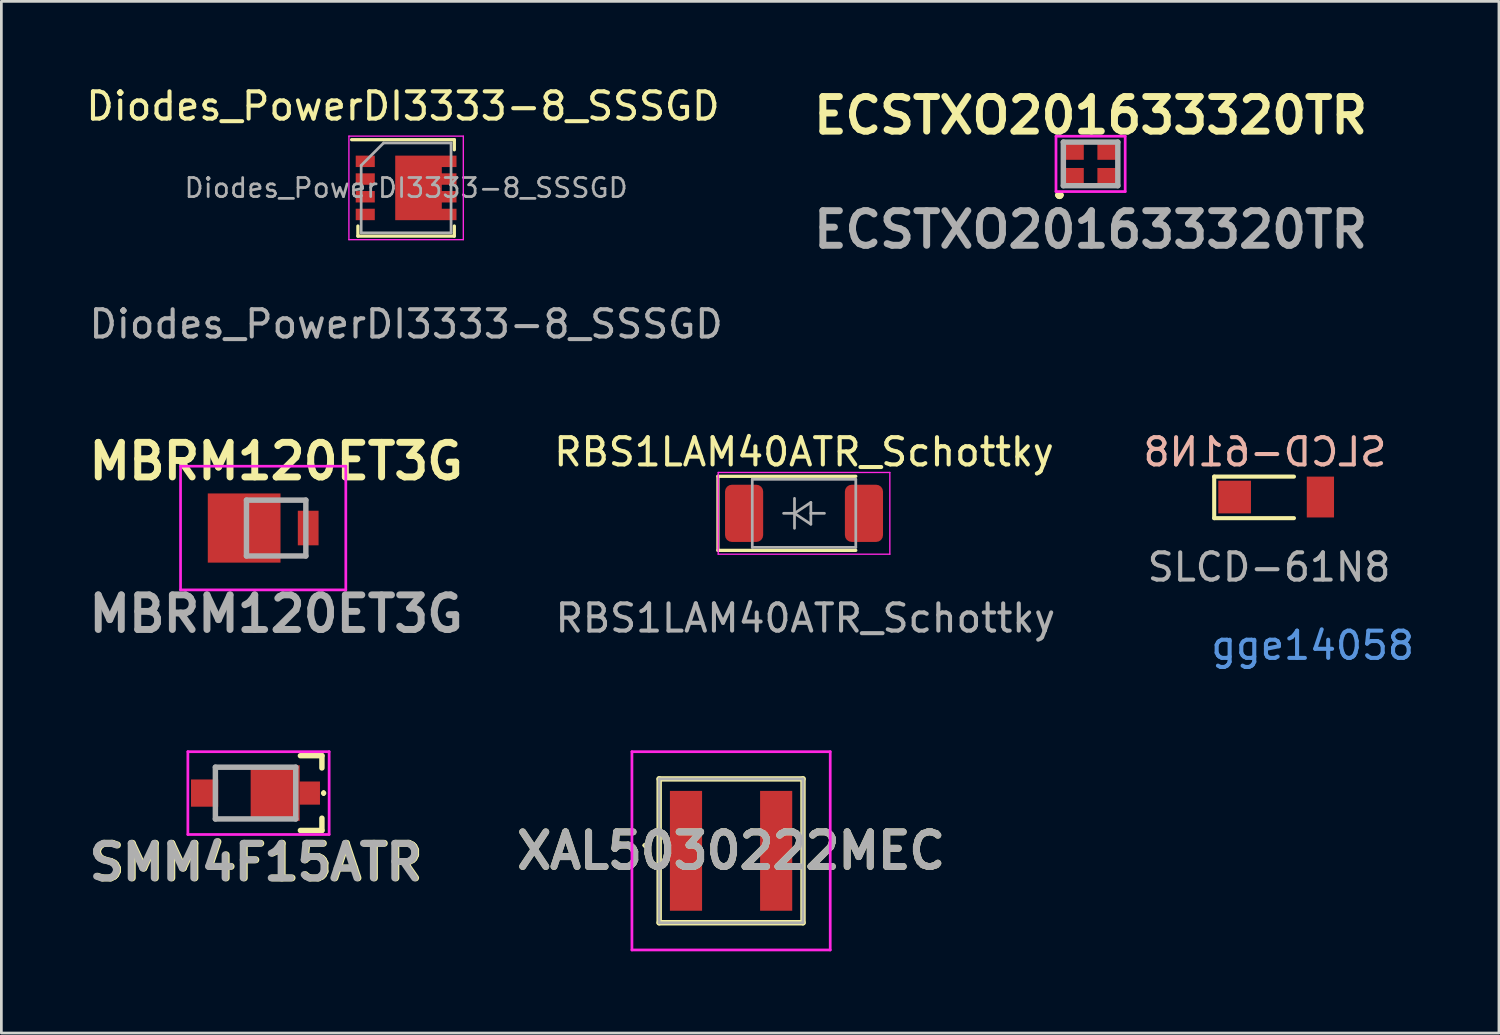
<source format=kicad_pcb>
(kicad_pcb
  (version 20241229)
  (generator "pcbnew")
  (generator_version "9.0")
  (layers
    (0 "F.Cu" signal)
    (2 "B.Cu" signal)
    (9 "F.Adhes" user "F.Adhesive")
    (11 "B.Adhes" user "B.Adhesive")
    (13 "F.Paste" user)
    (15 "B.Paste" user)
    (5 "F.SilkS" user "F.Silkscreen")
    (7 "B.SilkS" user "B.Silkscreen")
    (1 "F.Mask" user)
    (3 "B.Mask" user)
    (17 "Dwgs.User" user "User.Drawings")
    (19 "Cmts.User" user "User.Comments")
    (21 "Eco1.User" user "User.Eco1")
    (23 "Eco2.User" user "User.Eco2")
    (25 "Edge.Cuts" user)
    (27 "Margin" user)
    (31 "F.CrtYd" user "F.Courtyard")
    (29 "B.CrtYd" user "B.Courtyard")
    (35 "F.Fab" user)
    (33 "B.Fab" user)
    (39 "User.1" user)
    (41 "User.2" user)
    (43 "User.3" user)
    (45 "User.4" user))
  (footprint "SMM4F15ATR"
    (layer "F.Cu")
    (at 6.747 26.065)
    (property "Reference" "SMM4F15ATR" (at -0.375 2.54 0) (layer "F.SilkS") (effects (font (size 1.27 1.27) (thickness 0.254))))
    (attr smd)
    (fp_line (start 1.231 1.372) (end 2.021 1.372) (stroke (width 0.2) (type solid)) (layer "F.SilkS"))
    (fp_line (start 2.021 -1.372) (end 1.231 -1.372) (stroke (width 0.2) (type solid)) (layer "F.SilkS"))
    (fp_line (start 2.021 -0.922) (end 2.021 -1.372) (stroke (width 0.2) (type solid)) (layer "F.SilkS"))
    (fp_line (start 2.021 1.372) (end 2.021 0.922) (stroke (width 0.2) (type solid)) (layer "F.SilkS"))
    (fp_line (start 2.083 -0.049) (end 2.083 -0.049) (stroke (width 0.1) (type solid)) (layer "F.SilkS"))
    (fp_line (start 2.083 0.051) (end 2.083 0.051) (stroke (width 0.1) (type solid)) (layer "F.SilkS"))
    (fp_arc (start 2.0828 -0.0492) (mid 2.1328 0.0008) (end 2.0828 0.0508) (stroke (width 0.1) (type solid)) (layer "F.SilkS"))
    (fp_arc (start 2.0828 0.0508) (mid 2.0328 0.0008) (end 2.0828 -0.0492) (stroke (width 0.1) (type solid)) (layer "F.SilkS"))
    (fp_line (start -2.9 -1.52) (end 2.286 -1.52) (stroke (width 0.1) (type solid)) (layer "F.CrtYd"))
    (fp_line (start -2.9 1.52) (end -2.9 -1.52) (stroke (width 0.1) (type solid)) (layer "F.CrtYd"))
    (fp_line (start 2.286 -1.52) (end 2.286 1.52) (stroke (width 0.1) (type solid)) (layer "F.CrtYd"))
    (fp_line (start 2.286 1.52) (end -2.9 1.52) (stroke (width 0.1) (type solid)) (layer "F.CrtYd"))
    (fp_line (start -1.89 -0.95) (end 1.06 -0.95) (stroke (width 0.2) (type solid)) (layer "F.Fab"))
    (fp_line (start -1.89 0.95) (end -1.89 -0.95) (stroke (width 0.2) (type solid)) (layer "F.Fab"))
    (fp_line (start 1.06 -0.95) (end 1.06 0.95) (stroke (width 0.2) (type solid)) (layer "F.Fab"))
    (fp_line (start 1.06 0.95) (end -1.89 0.95) (stroke (width 0.2) (type solid)) (layer "F.Fab"))
    (fp_text user "${REFERENCE}" (at -0.415 2.54 0) (layer "F.Fab") (effects (font (size 1.27 1.27) (thickness 0.254))))
    (pad "1" smd rect (at 0.305 0) (size 1.8 2.04) (layers "F.Cu" "F.Mask" "F.Paste"))
    (pad "1" smd rect (at 1.575 0) (size 0.75 0.85) (layers "F.Cu" "F.Mask" "F.Paste"))
    (pad "2" smd rect (at -2.286 0 90) (size 1 1) (layers "F.Cu" "F.Mask" "F.Paste")))
  (footprint "RBS1LAM40ATR_Schottky"
    (layer "F.Cu")
    (at 26.467 15.795)
    (property "Reference" "RBS1LAM40ATR_Schottky" (at 0 -2.25 0) (layer "F.SilkS") (effects (font (size 1 1) (thickness 0.15))))
    (attr smd)
    (fp_line (start -3.16 -1.36) (end -3.16 1.36) (stroke (width 0.12) (type solid)) (layer "F.SilkS"))
    (fp_line (start -3.16 -1.36) (end 1.9 -1.36) (stroke (width 0.12) (type solid)) (layer "F.SilkS"))
    (fp_line (start -3.16 1.36) (end 1.9 1.36) (stroke (width 0.12) (type solid)) (layer "F.SilkS"))
    (fp_line (start -3.15 -1.5) (end -3.15 1.5) (stroke (width 0.05) (type solid)) (layer "F.CrtYd"))
    (fp_line (start -3.15 -1.5) (end 3.15 -1.5) (stroke (width 0.05) (type solid)) (layer "F.CrtYd"))
    (fp_line (start 3.15 -1.5) (end 3.15 1.5) (stroke (width 0.05) (type solid)) (layer "F.CrtYd"))
    (fp_line (start 3.15 1.5) (end -3.15 1.5) (stroke (width 0.05) (type solid)) (layer "F.CrtYd"))
    (fp_line (start -1.9 -1.25) (end 1.9 -1.25) (stroke (width 0.1) (type solid)) (layer "F.Fab"))
    (fp_line (start -1.9 1.25) (end -1.9 -1.25) (stroke (width 0.1) (type solid)) (layer "F.Fab"))
    (fp_line (start -0.75 0) (end -0.35 0) (stroke (width 0.1) (type solid)) (layer "F.Fab"))
    (fp_line (start -0.35 0) (end -0.35 -0.55) (stroke (width 0.1) (type solid)) (layer "F.Fab"))
    (fp_line (start -0.35 0) (end -0.35 0.55) (stroke (width 0.1) (type solid)) (layer "F.Fab"))
    (fp_line (start -0.35 0) (end 0.25 -0.4) (stroke (width 0.1) (type solid)) (layer "F.Fab"))
    (fp_line (start 0.25 -0.4) (end 0.25 0.4) (stroke (width 0.1) (type solid)) (layer "F.Fab"))
    (fp_line (start 0.25 0) (end 0.75 0) (stroke (width 0.1) (type solid)) (layer "F.Fab"))
    (fp_line (start 0.25 0.4) (end -0.35 0) (stroke (width 0.1) (type solid)) (layer "F.Fab"))
    (fp_line (start 1.9 -1.25) (end 1.9 1.25) (stroke (width 0.1) (type solid)) (layer "F.Fab"))
    (fp_line (start 1.9 1.25) (end -1.9 1.25) (stroke (width 0.1) (type solid)) (layer "F.Fab"))
    (fp_text user "${REFERENCE}" (at 0.05 3.85 0) (layer "F.Fab") (effects (font (size 1 1) (thickness 0.15))))
    (pad "1" smd roundrect (at -2.2 0) (size 1.4 2.1) (layers "F.Cu" "F.Mask" "F.Paste") (roundrect_rratio 0.179))
    (pad "2" smd roundrect (at 2.2 0) (size 1.4 2.1) (layers "F.Cu" "F.Mask" "F.Paste") (roundrect_rratio 0.179)))
  (footprint "XAL5030222MEC"
    (layer "F.Cu")
    (at 23.789 28.185)
    (property "Reference" "XAL5030222MEC" (at 0 0 0) (layer "F.SilkS") (effects (font (size 1.27 1.27) (thickness 0.254))))
    (attr smd)
    (fp_line (start -3.2 -0.2) (end -3.2 -0.2) (stroke (width 0.1) (type solid)) (layer "F.SilkS"))
    (fp_line (start -3.1 -0.2) (end -3.1 -0.2) (stroke (width 0.1) (type solid)) (layer "F.SilkS"))
    (fp_line (start -2.64 -2.64) (end 2.64 -2.64) (stroke (width 0.2) (type solid)) (layer "F.SilkS"))
    (fp_line (start -2.64 2.64) (end -2.64 -2.64) (stroke (width 0.2) (type solid)) (layer "F.SilkS"))
    (fp_line (start 2.64 -2.64) (end 2.64 2.64) (stroke (width 0.2) (type solid)) (layer "F.SilkS"))
    (fp_line (start 2.64 2.64) (end -2.64 2.64) (stroke (width 0.2) (type solid)) (layer "F.SilkS"))
    (fp_arc (start -3.2 -0.2) (mid -3.15 -0.25) (end -3.1 -0.2) (stroke (width 0.1) (type solid)) (layer "F.SilkS"))
    (fp_arc (start -3.1 -0.2) (mid -3.15 -0.15) (end -3.2 -0.2) (stroke (width 0.1) (type solid)) (layer "F.SilkS"))
    (fp_line (start -3.64 -3.64) (end 3.64 -3.64) (stroke (width 0.1) (type solid)) (layer "F.CrtYd"))
    (fp_line (start -3.64 3.64) (end -3.64 -3.64) (stroke (width 0.1) (type solid)) (layer "F.CrtYd"))
    (fp_line (start 3.64 -3.64) (end 3.64 3.64) (stroke (width 0.1) (type solid)) (layer "F.CrtYd"))
    (fp_line (start 3.64 3.64) (end -3.64 3.64) (stroke (width 0.1) (type solid)) (layer "F.CrtYd"))
    (fp_line (start -2.64 -2.64) (end 2.64 -2.64) (stroke (width 0.1) (type solid)) (layer "F.Fab"))
    (fp_line (start -2.64 2.64) (end -2.64 -2.64) (stroke (width 0.1) (type solid)) (layer "F.Fab"))
    (fp_line (start 2.64 -2.64) (end 2.64 2.64) (stroke (width 0.1) (type solid)) (layer "F.Fab"))
    (fp_line (start 2.64 2.64) (end -2.64 2.64) (stroke (width 0.1) (type solid)) (layer "F.Fab"))
    (fp_text user "${REFERENCE}" (at 0 0 0) (layer "F.Fab") (effects (font (size 1.27 1.27) (thickness 0.254))))
    (pad "1" smd rect (at -1.655 0) (size 1.18 4.4) (layers "F.Cu" "F.Mask" "F.Paste"))
    (pad "2" smd rect (at 1.655 0) (size 1.18 4.4) (layers "F.Cu" "F.Mask" "F.Paste")))
  (footprint "MBRM120ET3G"
    (layer "F.Cu")
    (at 7.088 16.335)
    (property "Reference" "MBRM120ET3G" (at 0 -2.45 0) (layer "F.SilkS") (effects (font (size 1.27 1.27) (thickness 0.254))))
    (attr smd)
    (fp_line (start 1.09 -1.025) (end 0.521 -1.025) (stroke (width 0.1) (type solid)) (layer "F.SilkS"))
    (fp_line (start 1.09 1.025) (end 0.521 1.025) (stroke (width 0.1) (type solid)) (layer "F.SilkS"))
    (fp_line (start -3.51 -2.27) (end 2.557 -2.27) (stroke (width 0.1) (type solid)) (layer "F.CrtYd"))
    (fp_line (start -3.51 2.27) (end -3.51 -2.27) (stroke (width 0.1) (type solid)) (layer "F.CrtYd"))
    (fp_line (start 2.557 -2.27) (end 2.557 2.27) (stroke (width 0.1) (type solid)) (layer "F.CrtYd"))
    (fp_line (start 2.557 2.27) (end -3.51 2.27) (stroke (width 0.1) (type solid)) (layer "F.CrtYd"))
    (fp_line (start -1.09 -1.025) (end 1.09 -1.025) (stroke (width 0.2) (type solid)) (layer "F.Fab"))
    (fp_line (start -1.09 1.025) (end -1.09 -1.025) (stroke (width 0.2) (type solid)) (layer "F.Fab"))
    (fp_line (start 1.09 -1.025) (end 1.09 1.025) (stroke (width 0.2) (type solid)) (layer "F.Fab"))
    (fp_line (start 1.09 1.025) (end -1.09 1.025) (stroke (width 0.2) (type solid)) (layer "F.Fab"))
    (fp_text user "${REFERENCE}" (at 0 3.15 0) (layer "F.Fab") (effects (font (size 1.27 1.27) (thickness 0.254))))
    (pad "1" smd rect (at -1.175 0 90) (size 2.54 2.67) (layers "F.Cu" "F.Mask" "F.Paste"))
    (pad "2" smd rect (at 1.176 0) (size 0.762 1.27) (layers "F.Cu" "F.Mask" "F.Paste")))
  (footprint "SLCD-61N8"
    (layer "F.Cu")
    (at 43.539 15.272)
    (property "Reference" "SLCD-61N8" (at -0.152 -1.727 0) (unlocked yes) (layer "B.SilkS") (effects (font (size 1 1) (thickness 0.15)) (justify mirror)))
    (attr smd)
    (fp_line (start -2.014 -0.825) (end -2.014 0.7) (stroke (width 0.15) (type solid)) (layer "F.SilkS"))
    (fp_line (start -2.014 -0.825) (end 0.914 -0.825) (stroke (width 0.15) (type solid)) (layer "F.SilkS"))
    (fp_line (start -2.014 0.7) (end 0.914 0.7) (stroke (width 0.15) (type solid)) (layer "F.SilkS"))
    (fp_text user "gge14058" (at 1.6 5.375 180) (layer "Cmts.User") (effects (font (size 1 1) (thickness 0.15))))
    (fp_text user "${REFERENCE}" (at 0 2.5 0) (unlocked yes) (layer "F.Fab") (effects (font (size 1 1) (thickness 0.15))))
    (pad "1" smd rect (at 1.885 -0.075) (size 1 1.5) (layers "F.Cu" "F.Mask" "F.Paste"))
    (pad "2" smd rect (at -1.264 -0.075) (size 1.2 1.2) (layers "F.Cu" "F.Mask" "F.Paste")))
  (footprint "Diodes_PowerDI3333-8_SSSGD"
    (layer "F.Cu")
    (at 11.859 3.848)
    (property "Reference" "Diodes_PowerDI3333-8_SSSGD" (at -0.115 -3 0) (unlocked yes) (layer "F.SilkS") (effects (font (size 1 1) (thickness 0.15))))
    (attr smd)
    (fp_line (start -1.77 1.77) (end -1.77 1.4) (stroke (width 0.12) (type solid)) (layer "F.SilkS"))
    (fp_line (start -1.77 1.77) (end 1.77 1.77) (stroke (width 0.12) (type solid)) (layer "F.SilkS"))
    (fp_line (start 1.77 -1.77) (end -2 -1.77) (stroke (width 0.12) (type solid)) (layer "F.SilkS"))
    (fp_line (start 1.77 -1.77) (end 1.77 -1.4) (stroke (width 0.12) (type solid)) (layer "F.SilkS"))
    (fp_line (start 1.77 1.77) (end 1.77 1.4) (stroke (width 0.12) (type solid)) (layer "F.SilkS"))
    (fp_line (start -2.1 -1.9) (end -2.1 1.9) (stroke (width 0.05) (type solid)) (layer "F.CrtYd"))
    (fp_line (start -2.1 1.9) (end 2.1 1.9) (stroke (width 0.05) (type solid)) (layer "F.CrtYd"))
    (fp_line (start 2.1 -1.9) (end -2.1 -1.9) (stroke (width 0.05) (type solid)) (layer "F.CrtYd"))
    (fp_line (start 2.1 1.9) (end 2.1 -1.9) (stroke (width 0.05) (type solid)) (layer "F.CrtYd"))
    (fp_line (start -1.65 -0.825) (end -1.65 1.65) (stroke (width 0.1) (type solid)) (layer "F.Fab"))
    (fp_line (start -1.65 1.65) (end 1.65 1.65) (stroke (width 0.1) (type solid)) (layer "F.Fab"))
    (fp_line (start -0.825 -1.65) (end -1.65 -0.825) (stroke (width 0.1) (type solid)) (layer "F.Fab"))
    (fp_line (start 1.65 -1.65) (end -0.825 -1.65) (stroke (width 0.1) (type solid)) (layer "F.Fab"))
    (fp_line (start 1.65 1.65) (end 1.65 -1.65) (stroke (width 0.1) (type solid)) (layer "F.Fab"))
    (fp_text user "${REFERENCE}" (at 0 0 0) (layer "F.Fab") (effects (font (size 0.7 0.7) (thickness 0.1))))
    (fp_text user "${REFERENCE}" (at 0 5 0) (unlocked yes) (layer "F.Fab") (effects (font (size 1 1) (thickness 0.15))))
    (pad "" smd rect (at 0.02 -0.565) (size 0.6 1) (layers "F.Paste"))
    (pad "" smd rect (at 0.02 0.565) (size 0.6 1) (layers "F.Paste"))
    (pad "" smd rect (at 0.73 -0.565) (size 0.6 1) (layers "F.Paste"))
    (pad "" smd rect (at 0.73 0.565) (size 0.6 1) (layers "F.Paste"))
    (pad "" smd rect (at 1.5 -0.975) (size 0.7 0.42) (layers "F.Paste"))
    (pad "" smd rect (at 1.5 -0.325) (size 0.7 0.42) (layers "F.Paste"))
    (pad "" smd rect (at 1.5 0.325) (size 0.7 0.42) (layers "F.Paste"))
    (pad "" smd rect (at 1.5 0.975) (size 0.7 0.42) (layers "F.Paste"))
    (pad "1" smd rect (at -1.5 -0.975) (size 0.7 0.42) (layers "F.Cu" "F.Mask" "F.Paste"))
    (pad "1" smd rect (at -1.5 -0.325) (size 0.7 0.42) (layers "F.Cu" "F.Mask" "F.Paste"))
    (pad "1" smd rect (at -1.5 0.325) (size 0.7 0.42) (layers "F.Cu" "F.Mask" "F.Paste"))
    (pad "2" smd rect (at -1.5 0.975) (size 0.7 0.42) (layers "F.Cu" "F.Mask" "F.Paste"))
    (pad "3" smd custom (at 0.455 0) (size 1.71 2.37) (layers "F.Cu" "F.Mask") (options (anchor rect)) (primitives (gr_poly (pts (xy 1.395 1.185) (xy 0.855 1.185) (xy 0.855 0.765) (xy 1.395 0.765)) (width 0) (fill yes)) (gr_poly (pts (xy 1.395 0.535) (xy 0.855 0.535) (xy 0.855 0.115) (xy 1.395 0.115)) (width 0) (fill yes)) (gr_poly (pts (xy 1.395 -0.115) (xy 0.855 -0.115) (xy 0.855 -0.535) (xy 1.395 -0.535)) (width 0) (fill yes)) (gr_poly (pts (xy 1.395 -0.765) (xy 0.855 -0.765) (xy 0.855 -1.185) (xy 1.395 -1.185)) (width 0) (fill yes)))))
  (footprint "ECSTXO201633320TR"
    (layer "F.Cu")
    (at 36.987 2.967)
    (property "Reference" "ECSTXO201633320TR" (at 0 -1.778 0) (layer "F.SilkS") (effects (font (size 1.27 1.27) (thickness 0.254))))
    (attr smd)
    (fp_line (start -1.193 1.143) (end -1.193 1.143) (stroke (width 0.2) (type solid)) (layer "F.SilkS"))
    (fp_line (start -1.193 1.143) (end -1.193 1.143) (stroke (width 0.2) (type solid)) (layer "F.SilkS"))
    (fp_line (start -1.093 1.143) (end -1.093 1.143) (stroke (width 0.2) (type solid)) (layer "F.SilkS"))
    (fp_arc (start -1.193 1.143) (mid -1.143 1.093) (end -1.093 1.143) (stroke (width 0.2) (type solid)) (layer "F.SilkS"))
    (fp_arc (start -1.093 1.143) (mid -1.143 1.193) (end -1.193 1.143) (stroke (width 0.2) (type solid)) (layer "F.SilkS"))
    (fp_arc (start -1.093 1.143) (mid -1.143 1.193) (end -1.193 1.143) (stroke (width 0.2) (type solid)) (layer "F.SilkS"))
    (fp_line (start -1.27 -1.016) (end 1.27 -1.016) (stroke (width 0.1) (type solid)) (layer "F.CrtYd"))
    (fp_line (start -1.27 1.016) (end -1.27 -1.016) (stroke (width 0.1) (type solid)) (layer "F.CrtYd"))
    (fp_line (start 1.27 -1.016) (end 1.27 1.016) (stroke (width 0.1) (type solid)) (layer "F.CrtYd"))
    (fp_line (start 1.27 1.016) (end -1.27 1.016) (stroke (width 0.1) (type solid)) (layer "F.CrtYd"))
    (fp_line (start -1 -0.8) (end -1 0.8) (stroke (width 0.2) (type solid)) (layer "F.Fab"))
    (fp_line (start -1 0.8) (end 1 0.8) (stroke (width 0.2) (type solid)) (layer "F.Fab"))
    (fp_line (start 1 -0.8) (end -1 -0.8) (stroke (width 0.2) (type solid)) (layer "F.Fab"))
    (fp_line (start 1 0.8) (end 1 -0.8) (stroke (width 0.2) (type solid)) (layer "F.Fab"))
    (fp_text user "${REFERENCE}" (at 0 2.413 0) (layer "F.Fab") (effects (font (size 1.27 1.27) (thickness 0.254))))
    (pad "1" smd rect (at -0.65 0.5 90) (size 0.7 0.8) (layers "F.Cu" "F.Mask" "F.Paste"))
    (pad "2" smd rect (at 0.65 0.5 90) (size 0.7 0.8) (layers "F.Cu" "F.Mask" "F.Paste"))
    (pad "3" smd rect (at 0.65 -0.5 90) (size 0.7 0.8) (layers "F.Cu" "F.Mask" "F.Paste"))
    (pad "4" smd rect (at -0.65 -0.5 90) (size 0.7 0.8) (layers "F.Cu" "F.Mask" "F.Paste")))
  (gr_rect
    (start -3 -3)
    (end 51.978 34.875)
    (stroke (width 0.1) (type default))
    (fill no)
    (layer "Edge.Cuts")))
</source>
